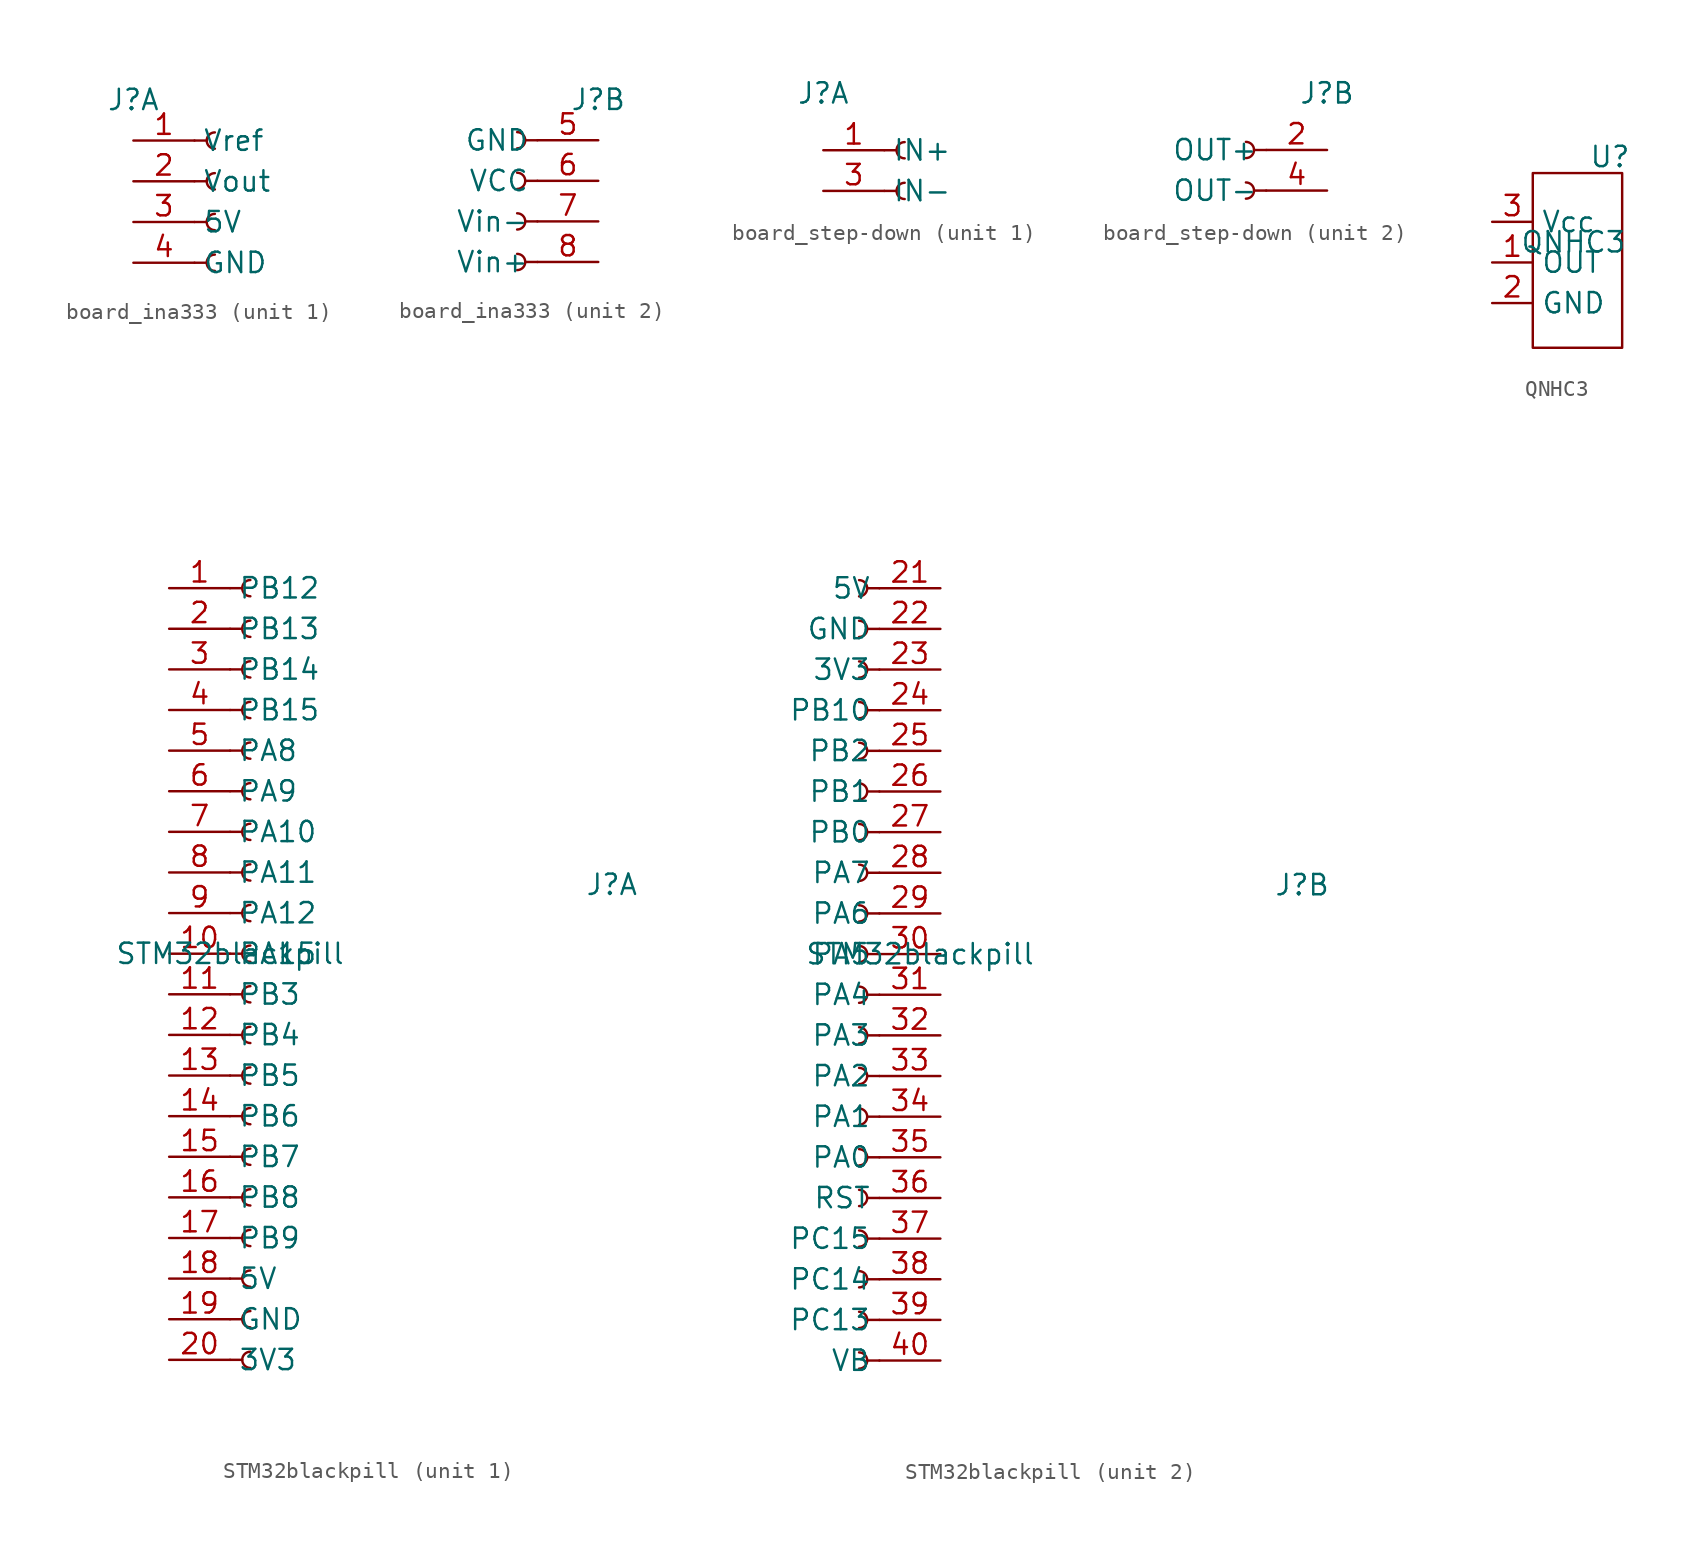
<source format=kicad_sym>
(kicad_symbol_lib
  (version 20241209)
  (generator "kicad_symbol_editor")
  (generator_version "9.0")
  (symbol "board_ina333"
    (property "Reference" "J"
      (at 0 2.54 0)
      (effects (font (size 1.27 1.27))))
    (property "Value" ""
      (at 0 0 0)
      (effects (font (size 1.27 1.27))))
    (property "ki_locked" ""
      (at 0 0 0)
      (effects (font (size 1.27 1.27))))
    (symbol "board_ina333_1_1"
      (polyline (pts (xy 3.81 0) (xy 4.572 0)) (stroke (width 0.152) (type default)) (fill (type none)))
      (polyline (pts (xy 3.81 -2.54) (xy 4.572 -2.54)) (stroke (width 0.152) (type default)) (fill (type none)))
      (polyline (pts (xy 3.81 -5.08) (xy 4.572 -5.08)) (stroke (width 0.152) (type default)) (fill (type none)))
      (polyline (pts (xy 3.81 -7.62) (xy 4.572 -7.62)) (stroke (width 0.152) (type default)) (fill (type none)))
      (arc (start 5.08 -0.508) (mid 4.5742 0) (end 5.08 0.508) (stroke (width 0.1524) (type default)) (fill (type none)))
      (arc (start 5.08 -3.048) (mid 4.5742 -2.54) (end 5.08 -2.032) (stroke (width 0.1524) (type default)) (fill (type none)))
      (arc (start 5.08 -5.588) (mid 4.5742 -5.08) (end 5.08 -4.572) (stroke (width 0.1524) (type default)) (fill (type none)))
      (arc (start 5.08 -8.128) (mid 4.5742 -7.62) (end 5.08 -7.112) (stroke (width 0.1524) (type default)) (fill (type none)))
      (pin passive line (at 0 0 0) (length 3.81) (name "Vref" (effects (font (size 1.27 1.27)))) (number "1" (effects (font (size 1.27 1.27)))))
      (pin passive line (at 0 -2.54 0) (length 3.81) (name "Vout" (effects (font (size 1.27 1.27)))) (number "2" (effects (font (size 1.27 1.27)))))
      (pin passive line (at 0 -5.08 0) (length 3.81) (name "5V" (effects (font (size 1.27 1.27)))) (number "3" (effects (font (size 1.27 1.27)))))
      (pin passive line (at 0 -7.62 0) (length 3.81) (name "GND" (effects (font (size 1.27 1.27)))) (number "4" (effects (font (size 1.27 1.27))))))
    (symbol "board_ina333_2_1"
      (arc (start -5.08 0.508) (mid -4.5742 0) (end -5.08 -0.508) (stroke (width 0.1524) (type default)) (fill (type none)))
      (arc (start -5.08 -2.032) (mid -4.5742 -2.54) (end -5.08 -3.048) (stroke (width 0.1524) (type default)) (fill (type none)))
      (arc (start -5.08 -4.572) (mid -4.5742 -5.08) (end -5.08 -5.588) (stroke (width 0.1524) (type default)) (fill (type none)))
      (arc (start -5.08 -7.112) (mid -4.5742 -7.62) (end -5.08 -8.128) (stroke (width 0.1524) (type default)) (fill (type none)))
      (polyline (pts (xy -3.81 0) (xy -4.572 0)) (stroke (width 0.152) (type default)) (fill (type none)))
      (polyline (pts (xy -3.81 -2.54) (xy -4.572 -2.54)) (stroke (width 0.152) (type default)) (fill (type none)))
      (polyline (pts (xy -3.81 -5.08) (xy -4.572 -5.08)) (stroke (width 0.152) (type default)) (fill (type none)))
      (polyline (pts (xy -3.81 -7.62) (xy -4.572 -7.62)) (stroke (width 0.152) (type default)) (fill (type none)))
      (pin passive line (at 0 0 180) (length 3.81) (name "GND" (effects (font (size 1.27 1.27)))) (number "5" (effects (font (size 1.27 1.27)))))
      (pin passive line (at 0 -2.54 180) (length 3.81) (name "VCC" (effects (font (size 1.27 1.27)))) (number "6" (effects (font (size 1.27 1.27)))))
      (pin passive line (at 0 -5.08 180) (length 3.81) (name "Vin-" (effects (font (size 1.27 1.27)))) (number "7" (effects (font (size 1.27 1.27)))))
      (pin passive line (at 0 -7.62 180) (length 3.81) (name "Vin+" (effects (font (size 1.27 1.27)))) (number "8" (effects (font (size 1.27 1.27)))))))
  (symbol "board_step-down"
    (property "Reference" "J"
      (at 0 3.556 0)
      (effects (font (size 1.27 1.27))))
    (property "Value" ""
      (at 0 0 0)
      (effects (font (size 1.27 1.27))))
    (property "ki_locked" ""
      (at 0 0 0)
      (effects (font (size 1.27 1.27))))
    (symbol "board_step-down_1_1"
      (polyline (pts (xy 3.81 0) (xy 4.572 0)) (stroke (width 0.152) (type default)) (fill (type none)))
      (polyline (pts (xy 3.81 -2.54) (xy 4.572 -2.54)) (stroke (width 0.152) (type default)) (fill (type none)))
      (arc (start 5.08 -0.508) (mid 4.5742 0) (end 5.08 0.508) (stroke (width 0.1524) (type default)) (fill (type none)))
      (arc (start 5.08 -3.048) (mid 4.5742 -2.54) (end 5.08 -2.032) (stroke (width 0.1524) (type default)) (fill (type none)))
      (pin passive line (at 0 0 0) (length 3.81) (name "IN+" (effects (font (size 1.27 1.27)))) (number "1" (effects (font (size 1.27 1.27)))))
      (pin passive line (at 0 -2.54 0) (length 3.81) (name "IN-" (effects (font (size 1.27 1.27)))) (number "3" (effects (font (size 1.27 1.27))))))
    (symbol "board_step-down_2_1"
      (arc (start -5.08 0.508) (mid -4.5742 0) (end -5.08 -0.508) (stroke (width 0.1524) (type default)) (fill (type none)))
      (arc (start -5.08 -2.032) (mid -4.5742 -2.54) (end -5.08 -3.048) (stroke (width 0.1524) (type default)) (fill (type none)))
      (polyline (pts (xy -3.81 0) (xy -4.572 0)) (stroke (width 0.152) (type default)) (fill (type none)))
      (polyline (pts (xy -3.81 -2.54) (xy -4.572 -2.54)) (stroke (width 0.152) (type default)) (fill (type none)))
      (pin passive line (at 0 0 180) (length 3.81) (name "OUT+" (effects (font (size 1.27 1.27)))) (number "2" (effects (font (size 1.27 1.27)))))
      (pin passive line (at 0 -2.54 180) (length 3.81) (name "OUT-" (effects (font (size 1.27 1.27)))) (number "4" (effects (font (size 1.27 1.27)))))))
  (symbol "QNHC3"
    (property "Reference" "U"
      (at 2.286 5.334 0)
      (effects (font (size 1.27 1.27))))
    (property "Value" "QNHC3"
      (at 0 0 0)
      (effects (font (size 1.27 1.27))))
    (symbol "QNHC3_0_1"
      (rectangle (start -2.54 4.318) (end 3.048 -6.604) (stroke (width 0) (type default)) (fill (type none))))
    (symbol "QNHC3_1_1"
      (pin passive line (at -5.08 1.27 0) (length 2.54) (name "Vcc" (effects (font (size 1.27 1.27)))) (number "3" (effects (font (size 1.27 1.27)))))
      (pin passive line (at -5.08 -1.27 0) (length 2.54) (name "OUT" (effects (font (size 1.27 1.27)))) (number "1" (effects (font (size 1.27 1.27)))))
      (pin passive line (at -5.08 -3.81 0) (length 2.54) (name "GND" (effects (font (size 1.27 1.27)))) (number "2" (effects (font (size 1.27 1.27)))))
      (pin no_connect non_logic (at -1.27 8.89 0) (length 2.54) (hide yes) (name "NC" (effects (font (size 1.27 1.27)))) (number "4" (effects (font (size 1.27 1.27)))))))
  (symbol "STM32blackpill"
    (property "Reference" "J"
      (at 25.146 4.318 0)
      (effects (font (size 1.27 1.27))))
    (property "Value" "STM32blackpill"
      (at 1.27 0 0)
      (effects (font (size 1.27 1.27))))
    (property "ki_locked" ""
      (at 0 0 0)
      (effects (font (size 1.27 1.27))))
    (symbol "STM32blackpill_1_1"
      (polyline (pts (xy 1.27 22.86) (xy 2.032 22.86)) (stroke (width 0.152) (type default)) (fill (type none)))
      (polyline (pts (xy 1.27 20.32) (xy 2.032 20.32)) (stroke (width 0.152) (type default)) (fill (type none)))
      (polyline (pts (xy 1.27 17.78) (xy 2.032 17.78)) (stroke (width 0.152) (type default)) (fill (type none)))
      (polyline (pts (xy 1.27 15.24) (xy 2.032 15.24)) (stroke (width 0.152) (type default)) (fill (type none)))
      (polyline (pts (xy 1.27 12.7) (xy 2.032 12.7)) (stroke (width 0.152) (type default)) (fill (type none)))
      (polyline (pts (xy 1.27 10.16) (xy 2.032 10.16)) (stroke (width 0.152) (type default)) (fill (type none)))
      (polyline (pts (xy 1.27 7.62) (xy 2.032 7.62)) (stroke (width 0.152) (type default)) (fill (type none)))
      (polyline (pts (xy 1.27 5.08) (xy 2.032 5.08)) (stroke (width 0.152) (type default)) (fill (type none)))
      (polyline (pts (xy 1.27 2.54) (xy 2.032 2.54)) (stroke (width 0.152) (type default)) (fill (type none)))
      (polyline (pts (xy 1.27 0) (xy 2.032 0)) (stroke (width 0.152) (type default)) (fill (type none)))
      (polyline (pts (xy 1.27 -2.54) (xy 2.032 -2.54)) (stroke (width 0.152) (type default)) (fill (type none)))
      (polyline (pts (xy 1.27 -5.08) (xy 2.032 -5.08)) (stroke (width 0.152) (type default)) (fill (type none)))
      (polyline (pts (xy 1.27 -7.62) (xy 2.032 -7.62)) (stroke (width 0.152) (type default)) (fill (type none)))
      (polyline (pts (xy 1.27 -10.16) (xy 2.032 -10.16)) (stroke (width 0.152) (type default)) (fill (type none)))
      (polyline (pts (xy 1.27 -12.7) (xy 2.032 -12.7)) (stroke (width 0.152) (type default)) (fill (type none)))
      (polyline (pts (xy 1.27 -15.24) (xy 2.032 -15.24)) (stroke (width 0.152) (type default)) (fill (type none)))
      (polyline (pts (xy 1.27 -17.78) (xy 2.032 -17.78)) (stroke (width 0.152) (type default)) (fill (type none)))
      (polyline (pts (xy 1.27 -20.32) (xy 2.032 -20.32)) (stroke (width 0.152) (type default)) (fill (type none)))
      (polyline (pts (xy 1.27 -22.86) (xy 2.032 -22.86)) (stroke (width 0.152) (type default)) (fill (type none)))
      (polyline (pts (xy 1.27 -25.4) (xy 2.032 -25.4)) (stroke (width 0.152) (type default)) (fill (type none)))
      (arc (start 2.54 22.352) (mid 2.0342 22.86) (end 2.54 23.368) (stroke (width 0.1524) (type default)) (fill (type none)))
      (arc (start 2.54 19.812) (mid 2.0342 20.32) (end 2.54 20.828) (stroke (width 0.1524) (type default)) (fill (type none)))
      (arc (start 2.54 17.272) (mid 2.0342 17.78) (end 2.54 18.288) (stroke (width 0.1524) (type default)) (fill (type none)))
      (arc (start 2.54 14.732) (mid 2.0342 15.24) (end 2.54 15.748) (stroke (width 0.1524) (type default)) (fill (type none)))
      (arc (start 2.54 12.192) (mid 2.0342 12.7) (end 2.54 13.208) (stroke (width 0.1524) (type default)) (fill (type none)))
      (arc (start 2.54 9.652) (mid 2.0342 10.16) (end 2.54 10.668) (stroke (width 0.1524) (type default)) (fill (type none)))
      (arc (start 2.54 7.112) (mid 2.0342 7.62) (end 2.54 8.128) (stroke (width 0.1524) (type default)) (fill (type none)))
      (arc (start 2.54 4.572) (mid 2.0342 5.08) (end 2.54 5.588) (stroke (width 0.1524) (type default)) (fill (type none)))
      (arc (start 2.54 2.032) (mid 2.0342 2.54) (end 2.54 3.048) (stroke (width 0.1524) (type default)) (fill (type none)))
      (arc (start 2.54 -0.508) (mid 2.0342 0) (end 2.54 0.508) (stroke (width 0.1524) (type default)) (fill (type none)))
      (arc (start 2.54 -3.048) (mid 2.0342 -2.54) (end 2.54 -2.032) (stroke (width 0.1524) (type default)) (fill (type none)))
      (arc (start 2.54 -5.588) (mid 2.0342 -5.08) (end 2.54 -4.572) (stroke (width 0.1524) (type default)) (fill (type none)))
      (arc (start 2.54 -8.128) (mid 2.0342 -7.62) (end 2.54 -7.112) (stroke (width 0.1524) (type default)) (fill (type none)))
      (arc (start 2.54 -10.668) (mid 2.0342 -10.16) (end 2.54 -9.652) (stroke (width 0.1524) (type default)) (fill (type none)))
      (arc (start 2.54 -13.208) (mid 2.0342 -12.7) (end 2.54 -12.192) (stroke (width 0.1524) (type default)) (fill (type none)))
      (arc (start 2.54 -15.748) (mid 2.0342 -15.24) (end 2.54 -14.732) (stroke (width 0.1524) (type default)) (fill (type none)))
      (arc (start 2.54 -18.288) (mid 2.0342 -17.78) (end 2.54 -17.272) (stroke (width 0.1524) (type default)) (fill (type none)))
      (arc (start 2.54 -20.828) (mid 2.0342 -20.32) (end 2.54 -19.812) (stroke (width 0.1524) (type default)) (fill (type none)))
      (arc (start 2.54 -23.368) (mid 2.0342 -22.86) (end 2.54 -22.352) (stroke (width 0.1524) (type default)) (fill (type none)))
      (arc (start 2.54 -25.908) (mid 2.0342 -25.4) (end 2.54 -24.892) (stroke (width 0.1524) (type default)) (fill (type none)))
      (pin passive line (at -2.54 22.86 0) (length 3.81) (name "PB12" (effects (font (size 1.27 1.27)))) (number "1" (effects (font (size 1.27 1.27)))))
      (pin passive line (at -2.54 20.32 0) (length 3.81) (name "PB13" (effects (font (size 1.27 1.27)))) (number "2" (effects (font (size 1.27 1.27)))))
      (pin passive line (at -2.54 17.78 0) (length 3.81) (name "PB14" (effects (font (size 1.27 1.27)))) (number "3" (effects (font (size 1.27 1.27)))))
      (pin passive line (at -2.54 15.24 0) (length 3.81) (name "PB15" (effects (font (size 1.27 1.27)))) (number "4" (effects (font (size 1.27 1.27)))))
      (pin passive line (at -2.54 12.7 0) (length 3.81) (name "PA8" (effects (font (size 1.27 1.27)))) (number "5" (effects (font (size 1.27 1.27)))))
      (pin passive line (at -2.54 10.16 0) (length 3.81) (name "PA9" (effects (font (size 1.27 1.27)))) (number "6" (effects (font (size 1.27 1.27)))))
      (pin passive line (at -2.54 7.62 0) (length 3.81) (name "PA10" (effects (font (size 1.27 1.27)))) (number "7" (effects (font (size 1.27 1.27)))))
      (pin passive line (at -2.54 5.08 0) (length 3.81) (name "PA11" (effects (font (size 1.27 1.27)))) (number "8" (effects (font (size 1.27 1.27)))))
      (pin passive line (at -2.54 2.54 0) (length 3.81) (name "PA12" (effects (font (size 1.27 1.27)))) (number "9" (effects (font (size 1.27 1.27)))))
      (pin passive line (at -2.54 0 0) (length 3.81) (name "PA15" (effects (font (size 1.27 1.27)))) (number "10" (effects (font (size 1.27 1.27)))))
      (pin passive line (at -2.54 -2.54 0) (length 3.81) (name "PB3" (effects (font (size 1.27 1.27)))) (number "11" (effects (font (size 1.27 1.27)))))
      (pin passive line (at -2.54 -5.08 0) (length 3.81) (name "PB4" (effects (font (size 1.27 1.27)))) (number "12" (effects (font (size 1.27 1.27)))))
      (pin passive line (at -2.54 -7.62 0) (length 3.81) (name "PB5" (effects (font (size 1.27 1.27)))) (number "13" (effects (font (size 1.27 1.27)))))
      (pin passive line (at -2.54 -10.16 0) (length 3.81) (name "PB6" (effects (font (size 1.27 1.27)))) (number "14" (effects (font (size 1.27 1.27)))))
      (pin passive line (at -2.54 -12.7 0) (length 3.81) (name "PB7" (effects (font (size 1.27 1.27)))) (number "15" (effects (font (size 1.27 1.27)))))
      (pin passive line (at -2.54 -15.24 0) (length 3.81) (name "PB8" (effects (font (size 1.27 1.27)))) (number "16" (effects (font (size 1.27 1.27)))))
      (pin passive line (at -2.54 -17.78 0) (length 3.81) (name "PB9" (effects (font (size 1.27 1.27)))) (number "17" (effects (font (size 1.27 1.27)))))
      (pin passive line (at -2.54 -20.32 0) (length 3.81) (name "5V" (effects (font (size 1.27 1.27)))) (number "18" (effects (font (size 1.27 1.27)))))
      (pin passive line (at -2.54 -22.86 0) (length 3.81) (name "GND" (effects (font (size 1.27 1.27)))) (number "19" (effects (font (size 1.27 1.27)))))
      (pin passive line (at -2.54 -25.4 0) (length 3.81) (name "3V3" (effects (font (size 1.27 1.27)))) (number "20" (effects (font (size 1.27 1.27))))))
    (symbol "STM32blackpill_2_1"
      (arc (start -2.54 23.368) (mid -2.034 22.86) (end -2.54 22.352) (stroke (width 0.1524) (type default)) (fill (type none)))
      (arc (start -2.54 20.828) (mid -2.034 20.32) (end -2.54 19.812) (stroke (width 0.1524) (type default)) (fill (type none)))
      (arc (start -2.54 18.288) (mid -2.034 17.78) (end -2.54 17.272) (stroke (width 0.1524) (type default)) (fill (type none)))
      (arc (start -2.54 15.748) (mid -2.034 15.24) (end -2.54 14.732) (stroke (width 0.1524) (type default)) (fill (type none)))
      (arc (start -2.54 13.208) (mid -2.034 12.7) (end -2.54 12.192) (stroke (width 0.1524) (type default)) (fill (type none)))
      (arc (start -2.54 10.668) (mid -2.034 10.16) (end -2.54 9.652) (stroke (width 0.1524) (type default)) (fill (type none)))
      (arc (start -2.54 8.128) (mid -2.034 7.62) (end -2.54 7.112) (stroke (width 0.1524) (type default)) (fill (type none)))
      (arc (start -2.54 5.588) (mid -2.034 5.08) (end -2.54 4.572) (stroke (width 0.1524) (type default)) (fill (type none)))
      (arc (start -2.54 3.048) (mid -2.034 2.54) (end -2.54 2.032) (stroke (width 0.1524) (type default)) (fill (type none)))
      (arc (start -2.54 0.508) (mid -2.034 0) (end -2.54 -0.508) (stroke (width 0.1524) (type default)) (fill (type none)))
      (arc (start -2.54 -2.032) (mid -2.034 -2.54) (end -2.54 -3.048) (stroke (width 0.1524) (type default)) (fill (type none)))
      (arc (start -2.54 -4.572) (mid -2.034 -5.08) (end -2.54 -5.588) (stroke (width 0.1524) (type default)) (fill (type none)))
      (arc (start -2.54 -7.112) (mid -2.034 -7.62) (end -2.54 -8.128) (stroke (width 0.1524) (type default)) (fill (type none)))
      (arc (start -2.54 -9.652) (mid -2.034 -10.16) (end -2.54 -10.668) (stroke (width 0.1524) (type default)) (fill (type none)))
      (arc (start -2.54 -12.192) (mid -2.034 -12.7) (end -2.54 -13.208) (stroke (width 0.1524) (type default)) (fill (type none)))
      (arc (start -2.54 -14.732) (mid -2.034 -15.24) (end -2.54 -15.748) (stroke (width 0.1524) (type default)) (fill (type none)))
      (arc (start -2.54 -17.272) (mid -2.034 -17.78) (end -2.54 -18.288) (stroke (width 0.1524) (type default)) (fill (type none)))
      (arc (start -2.54 -19.812) (mid -2.034 -20.32) (end -2.54 -20.828) (stroke (width 0.1524) (type default)) (fill (type none)))
      (arc (start -2.54 -22.352) (mid -2.034 -22.86) (end -2.54 -23.368) (stroke (width 0.1524) (type default)) (fill (type none)))
      (arc (start -2.54 -24.892) (mid -2.034 -25.4) (end -2.54 -25.908) (stroke (width 0.1524) (type default)) (fill (type none)))
      (polyline (pts (xy -1.27 22.86) (xy -2.032 22.86)) (stroke (width 0.152) (type default)) (fill (type none)))
      (polyline (pts (xy -1.27 20.32) (xy -2.032 20.32)) (stroke (width 0.152) (type default)) (fill (type none)))
      (polyline (pts (xy -1.27 17.78) (xy -2.032 17.78)) (stroke (width 0.152) (type default)) (fill (type none)))
      (polyline (pts (xy -1.27 15.24) (xy -2.032 15.24)) (stroke (width 0.152) (type default)) (fill (type none)))
      (polyline (pts (xy -1.27 12.7) (xy -2.032 12.7)) (stroke (width 0.152) (type default)) (fill (type none)))
      (polyline (pts (xy -1.27 10.16) (xy -2.032 10.16)) (stroke (width 0.152) (type default)) (fill (type none)))
      (polyline (pts (xy -1.27 7.62) (xy -2.032 7.62)) (stroke (width 0.152) (type default)) (fill (type none)))
      (polyline (pts (xy -1.27 5.08) (xy -2.032 5.08)) (stroke (width 0.152) (type default)) (fill (type none)))
      (polyline (pts (xy -1.27 2.54) (xy -2.032 2.54)) (stroke (width 0.152) (type default)) (fill (type none)))
      (polyline (pts (xy -1.27 0) (xy -2.032 0)) (stroke (width 0.152) (type default)) (fill (type none)))
      (polyline (pts (xy -1.27 -2.54) (xy -2.032 -2.54)) (stroke (width 0.152) (type default)) (fill (type none)))
      (polyline (pts (xy -1.27 -5.08) (xy -2.032 -5.08)) (stroke (width 0.152) (type default)) (fill (type none)))
      (polyline (pts (xy -1.27 -7.62) (xy -2.032 -7.62)) (stroke (width 0.152) (type default)) (fill (type none)))
      (polyline (pts (xy -1.27 -10.16) (xy -2.032 -10.16)) (stroke (width 0.152) (type default)) (fill (type none)))
      (polyline (pts (xy -1.27 -12.7) (xy -2.032 -12.7)) (stroke (width 0.152) (type default)) (fill (type none)))
      (polyline (pts (xy -1.27 -15.24) (xy -2.032 -15.24)) (stroke (width 0.152) (type default)) (fill (type none)))
      (polyline (pts (xy -1.27 -17.78) (xy -2.032 -17.78)) (stroke (width 0.152) (type default)) (fill (type none)))
      (polyline (pts (xy -1.27 -20.32) (xy -2.032 -20.32)) (stroke (width 0.152) (type default)) (fill (type none)))
      (polyline (pts (xy -1.27 -22.86) (xy -2.032 -22.86)) (stroke (width 0.152) (type default)) (fill (type none)))
      (polyline (pts (xy -1.27 -25.4) (xy -2.032 -25.4)) (stroke (width 0.152) (type default)) (fill (type none)))
      (pin passive line (at 2.54 22.86 180) (length 3.81) (name "5V" (effects (font (size 1.27 1.27)))) (number "21" (effects (font (size 1.27 1.27)))))
      (pin passive line (at 2.54 20.32 180) (length 3.81) (name "GND" (effects (font (size 1.27 1.27)))) (number "22" (effects (font (size 1.27 1.27)))))
      (pin passive line (at 2.54 17.78 180) (length 3.81) (name "3V3" (effects (font (size 1.27 1.27)))) (number "23" (effects (font (size 1.27 1.27)))))
      (pin passive line (at 2.54 15.24 180) (length 3.81) (name "PB10" (effects (font (size 1.27 1.27)))) (number "24" (effects (font (size 1.27 1.27)))))
      (pin passive line (at 2.54 12.7 180) (length 3.81) (name "PB2" (effects (font (size 1.27 1.27)))) (number "25" (effects (font (size 1.27 1.27)))))
      (pin passive line (at 2.54 10.16 180) (length 3.81) (name "PB1" (effects (font (size 1.27 1.27)))) (number "26" (effects (font (size 1.27 1.27)))))
      (pin passive line (at 2.54 7.62 180) (length 3.81) (name "PB0" (effects (font (size 1.27 1.27)))) (number "27" (effects (font (size 1.27 1.27)))))
      (pin passive line (at 2.54 5.08 180) (length 3.81) (name "PA7" (effects (font (size 1.27 1.27)))) (number "28" (effects (font (size 1.27 1.27)))))
      (pin passive line (at 2.54 2.54 180) (length 3.81) (name "PA6" (effects (font (size 1.27 1.27)))) (number "29" (effects (font (size 1.27 1.27)))))
      (pin passive line (at 2.54 0 180) (length 3.81) (name "PA5" (effects (font (size 1.27 1.27)))) (number "30" (effects (font (size 1.27 1.27)))))
      (pin passive line (at 2.54 -2.54 180) (length 3.81) (name "PA4" (effects (font (size 1.27 1.27)))) (number "31" (effects (font (size 1.27 1.27)))))
      (pin passive line (at 2.54 -5.08 180) (length 3.81) (name "PA3" (effects (font (size 1.27 1.27)))) (number "32" (effects (font (size 1.27 1.27)))))
      (pin passive line (at 2.54 -7.62 180) (length 3.81) (name "PA2" (effects (font (size 1.27 1.27)))) (number "33" (effects (font (size 1.27 1.27)))))
      (pin passive line (at 2.54 -10.16 180) (length 3.81) (name "PA1" (effects (font (size 1.27 1.27)))) (number "34" (effects (font (size 1.27 1.27)))))
      (pin passive line (at 2.54 -12.7 180) (length 3.81) (name "PA0" (effects (font (size 1.27 1.27)))) (number "35" (effects (font (size 1.27 1.27)))))
      (pin passive line (at 2.54 -15.24 180) (length 3.81) (name "RST" (effects (font (size 1.27 1.27)))) (number "36" (effects (font (size 1.27 1.27)))))
      (pin passive line (at 2.54 -17.78 180) (length 3.81) (name "PC15" (effects (font (size 1.27 1.27)))) (number "37" (effects (font (size 1.27 1.27)))))
      (pin passive line (at 2.54 -20.32 180) (length 3.81) (name "PC14" (effects (font (size 1.27 1.27)))) (number "38" (effects (font (size 1.27 1.27)))))
      (pin passive line (at 2.54 -22.86 180) (length 3.81) (name "PC13" (effects (font (size 1.27 1.27)))) (number "39" (effects (font (size 1.27 1.27)))))
      (pin passive line (at 2.54 -25.4 180) (length 3.81) (name "VB" (effects (font (size 1.27 1.27)))) (number "40" (effects (font (size 1.27 1.27))))))))
</source>
